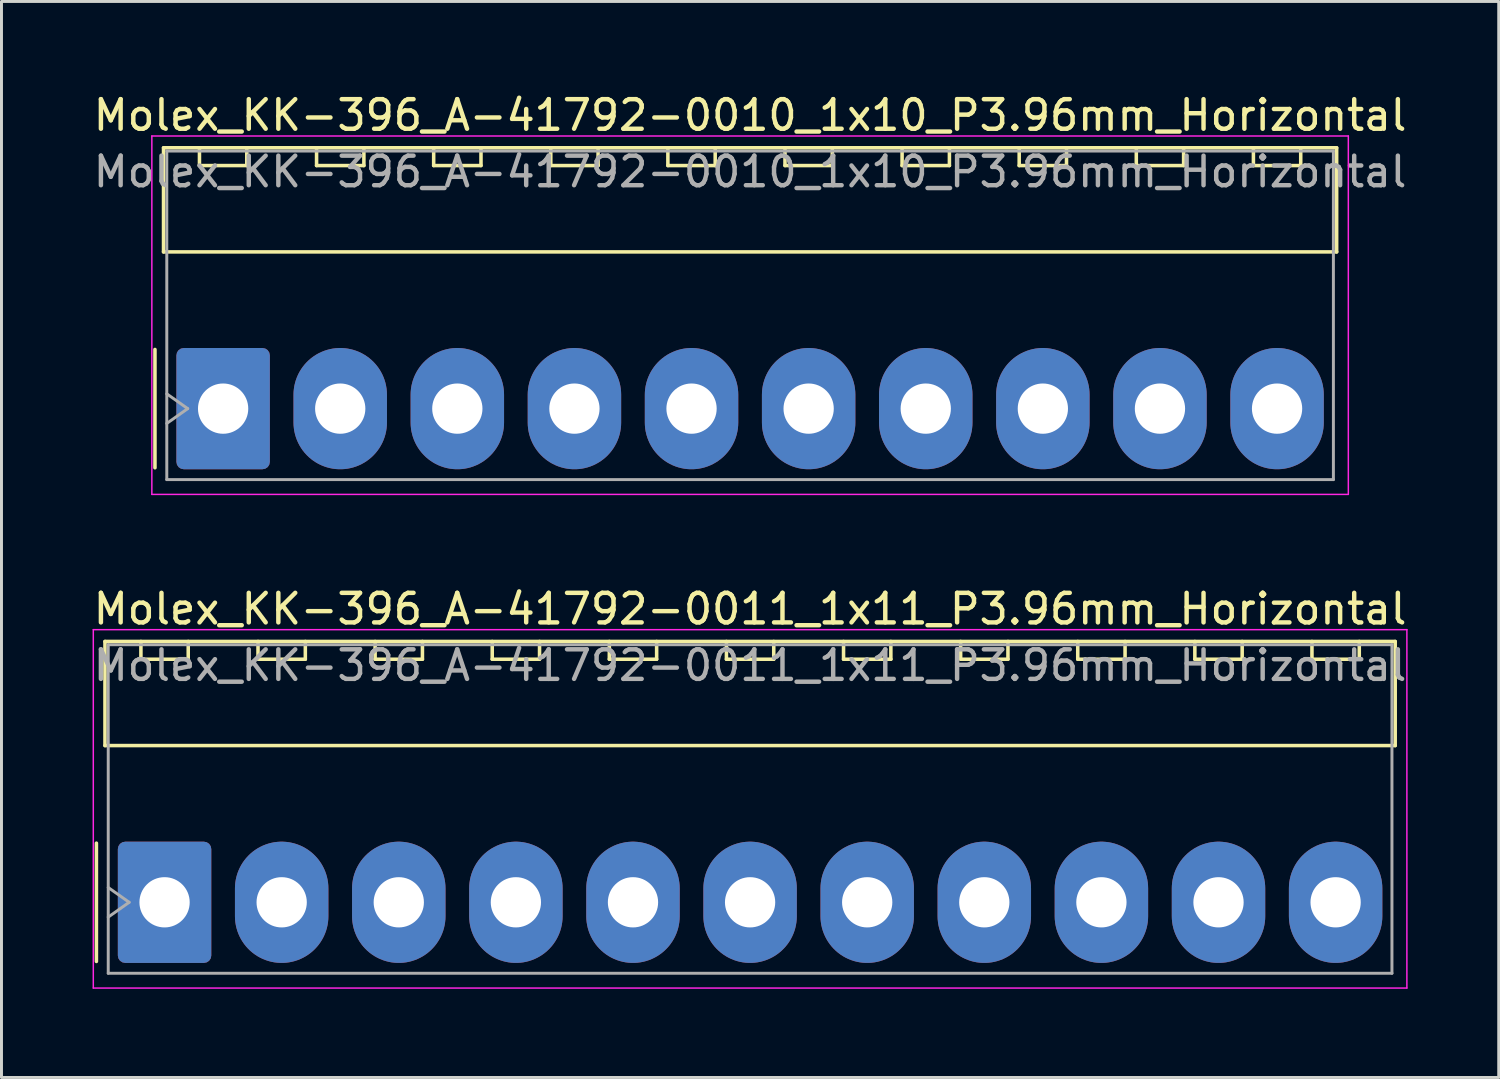
<source format=kicad_pcb>
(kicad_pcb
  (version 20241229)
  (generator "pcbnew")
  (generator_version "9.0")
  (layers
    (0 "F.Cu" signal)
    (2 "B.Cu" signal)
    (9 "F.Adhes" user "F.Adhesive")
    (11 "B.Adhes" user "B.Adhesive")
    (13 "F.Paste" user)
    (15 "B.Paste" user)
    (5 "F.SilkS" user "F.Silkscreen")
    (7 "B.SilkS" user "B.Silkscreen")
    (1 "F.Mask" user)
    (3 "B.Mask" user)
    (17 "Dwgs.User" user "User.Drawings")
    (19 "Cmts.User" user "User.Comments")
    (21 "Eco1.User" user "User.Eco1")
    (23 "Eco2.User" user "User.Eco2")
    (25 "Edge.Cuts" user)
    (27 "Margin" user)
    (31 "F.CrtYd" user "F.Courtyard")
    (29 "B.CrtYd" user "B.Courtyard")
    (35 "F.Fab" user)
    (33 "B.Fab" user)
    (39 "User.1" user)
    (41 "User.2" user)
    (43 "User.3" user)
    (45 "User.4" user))
  (footprint "Molex_KK-396_A-41792-0010_1x10_P3.96mm_Horizontal"
    (layer "F.Cu")
    (at 4.495 10.768)
    (property "Reference" "Molex_KK-396_A-41792-0010_1x10_P3.96mm_Horizontal" (at 17.82 -9.92 0) (layer "F.SilkS") (effects (font (size 1 1) (thickness 0.15))))
    (attr through_hole)
    (fp_line (start -2.305 -2) (end -2.305 2) (stroke (width 0.12) (type solid)) (layer "F.SilkS"))
    (fp_line (start -2.015 -8.82) (end 37.655 -8.82) (stroke (width 0.12) (type solid)) (layer "F.SilkS"))
    (fp_line (start -2.015 -5.3) (end -2.015 -8.82) (stroke (width 0.12) (type solid)) (layer "F.SilkS"))
    (fp_line (start -0.8 -8.82) (end -0.8 -8.22) (stroke (width 0.12) (type solid)) (layer "F.SilkS"))
    (fp_line (start -0.8 -8.22) (end 0.8 -8.22) (stroke (width 0.12) (type solid)) (layer "F.SilkS"))
    (fp_line (start 0.8 -8.22) (end 0.8 -8.82) (stroke (width 0.12) (type solid)) (layer "F.SilkS"))
    (fp_line (start 3.16 -8.82) (end 3.16 -8.22) (stroke (width 0.12) (type solid)) (layer "F.SilkS"))
    (fp_line (start 3.16 -8.22) (end 4.76 -8.22) (stroke (width 0.12) (type solid)) (layer "F.SilkS"))
    (fp_line (start 4.76 -8.22) (end 4.76 -8.82) (stroke (width 0.12) (type solid)) (layer "F.SilkS"))
    (fp_line (start 7.12 -8.82) (end 7.12 -8.22) (stroke (width 0.12) (type solid)) (layer "F.SilkS"))
    (fp_line (start 7.12 -8.22) (end 8.72 -8.22) (stroke (width 0.12) (type solid)) (layer "F.SilkS"))
    (fp_line (start 8.72 -8.22) (end 8.72 -8.82) (stroke (width 0.12) (type solid)) (layer "F.SilkS"))
    (fp_line (start 11.08 -8.82) (end 11.08 -8.22) (stroke (width 0.12) (type solid)) (layer "F.SilkS"))
    (fp_line (start 11.08 -8.22) (end 12.68 -8.22) (stroke (width 0.12) (type solid)) (layer "F.SilkS"))
    (fp_line (start 12.68 -8.22) (end 12.68 -8.82) (stroke (width 0.12) (type solid)) (layer "F.SilkS"))
    (fp_line (start 15.04 -8.82) (end 15.04 -8.22) (stroke (width 0.12) (type solid)) (layer "F.SilkS"))
    (fp_line (start 15.04 -8.22) (end 16.64 -8.22) (stroke (width 0.12) (type solid)) (layer "F.SilkS"))
    (fp_line (start 16.64 -8.22) (end 16.64 -8.82) (stroke (width 0.12) (type solid)) (layer "F.SilkS"))
    (fp_line (start 19 -8.82) (end 19 -8.22) (stroke (width 0.12) (type solid)) (layer "F.SilkS"))
    (fp_line (start 19 -8.22) (end 20.6 -8.22) (stroke (width 0.12) (type solid)) (layer "F.SilkS"))
    (fp_line (start 20.6 -8.22) (end 20.6 -8.82) (stroke (width 0.12) (type solid)) (layer "F.SilkS"))
    (fp_line (start 22.96 -8.82) (end 22.96 -8.22) (stroke (width 0.12) (type solid)) (layer "F.SilkS"))
    (fp_line (start 22.96 -8.22) (end 24.56 -8.22) (stroke (width 0.12) (type solid)) (layer "F.SilkS"))
    (fp_line (start 24.56 -8.22) (end 24.56 -8.82) (stroke (width 0.12) (type solid)) (layer "F.SilkS"))
    (fp_line (start 26.92 -8.82) (end 26.92 -8.22) (stroke (width 0.12) (type solid)) (layer "F.SilkS"))
    (fp_line (start 26.92 -8.22) (end 28.52 -8.22) (stroke (width 0.12) (type solid)) (layer "F.SilkS"))
    (fp_line (start 28.52 -8.22) (end 28.52 -8.82) (stroke (width 0.12) (type solid)) (layer "F.SilkS"))
    (fp_line (start 30.88 -8.82) (end 30.88 -8.22) (stroke (width 0.12) (type solid)) (layer "F.SilkS"))
    (fp_line (start 30.88 -8.22) (end 32.48 -8.22) (stroke (width 0.12) (type solid)) (layer "F.SilkS"))
    (fp_line (start 32.48 -8.22) (end 32.48 -8.82) (stroke (width 0.12) (type solid)) (layer "F.SilkS"))
    (fp_line (start 34.84 -8.82) (end 34.84 -8.22) (stroke (width 0.12) (type solid)) (layer "F.SilkS"))
    (fp_line (start 34.84 -8.22) (end 36.44 -8.22) (stroke (width 0.12) (type solid)) (layer "F.SilkS"))
    (fp_line (start 36.44 -8.22) (end 36.44 -8.82) (stroke (width 0.12) (type solid)) (layer "F.SilkS"))
    (fp_line (start 37.655 -8.82) (end 37.655 -5.3) (stroke (width 0.12) (type solid)) (layer "F.SilkS"))
    (fp_line (start 37.655 -5.3) (end -2.015 -5.3) (stroke (width 0.12) (type solid)) (layer "F.SilkS"))
    (fp_line (start -2.41 -9.22) (end -2.41 2.9) (stroke (width 0.05) (type solid)) (layer "F.CrtYd"))
    (fp_line (start -2.41 2.9) (end 38.05 2.9) (stroke (width 0.05) (type solid)) (layer "F.CrtYd"))
    (fp_line (start 38.05 -9.22) (end -2.41 -9.22) (stroke (width 0.05) (type solid)) (layer "F.CrtYd"))
    (fp_line (start 38.05 2.9) (end 38.05 -9.22) (stroke (width 0.05) (type solid)) (layer "F.CrtYd"))
    (fp_line (start -1.905 -8.71) (end 37.545 -8.71) (stroke (width 0.1) (type solid)) (layer "F.Fab"))
    (fp_line (start -1.905 -0.5) (end -1.198 0) (stroke (width 0.1) (type solid)) (layer "F.Fab"))
    (fp_line (start -1.905 2.4) (end -1.905 -8.71) (stroke (width 0.1) (type solid)) (layer "F.Fab"))
    (fp_line (start -1.198 0) (end -1.905 0.5) (stroke (width 0.1) (type solid)) (layer "F.Fab"))
    (fp_line (start 37.545 -8.71) (end 37.545 2.4) (stroke (width 0.1) (type solid)) (layer "F.Fab"))
    (fp_line (start 37.545 2.4) (end -1.905 2.4) (stroke (width 0.1) (type solid)) (layer "F.Fab"))
    (fp_text user "${REFERENCE}" (at 17.82 -8.01 0) (layer "F.Fab") (effects (font (size 1 1) (thickness 0.15))))
    (pad "1" thru_hole roundrect (at 0 0) (size 3.16 4.1) (drill 1.7) (layers "*.Cu" "*.Mask") (roundrect_rratio 0.079))
    (pad "2" thru_hole oval (at 3.96 0) (size 3.16 4.1) (drill 1.7) (layers "*.Cu" "*.Mask"))
    (pad "3" thru_hole oval (at 7.92 0) (size 3.16 4.1) (drill 1.7) (layers "*.Cu" "*.Mask"))
    (pad "4" thru_hole oval (at 11.88 0) (size 3.16 4.1) (drill 1.7) (layers "*.Cu" "*.Mask"))
    (pad "5" thru_hole oval (at 15.84 0) (size 3.16 4.1) (drill 1.7) (layers "*.Cu" "*.Mask"))
    (pad "6" thru_hole oval (at 19.8 0) (size 3.16 4.1) (drill 1.7) (layers "*.Cu" "*.Mask"))
    (pad "7" thru_hole oval (at 23.76 0) (size 3.16 4.1) (drill 1.7) (layers "*.Cu" "*.Mask"))
    (pad "8" thru_hole oval (at 27.72 0) (size 3.16 4.1) (drill 1.7) (layers "*.Cu" "*.Mask"))
    (pad "9" thru_hole oval (at 31.68 0) (size 3.16 4.1) (drill 1.7) (layers "*.Cu" "*.Mask"))
    (pad "10" thru_hole oval (at 35.64 0) (size 3.16 4.1) (drill 1.7) (layers "*.Cu" "*.Mask")))
  (footprint "Molex_KK-396_A-41792-0011_1x11_P3.96mm_Horizontal"
    (layer "F.Cu")
    (at 2.515 27.462)
    (property "Reference" "Molex_KK-396_A-41792-0011_1x11_P3.96mm_Horizontal" (at 19.8 -9.92 0) (layer "F.SilkS") (effects (font (size 1 1) (thickness 0.15))))
    (attr through_hole)
    (fp_line (start -2.305 -2) (end -2.305 2) (stroke (width 0.12) (type solid)) (layer "F.SilkS"))
    (fp_line (start -2.015 -8.82) (end 41.615 -8.82) (stroke (width 0.12) (type solid)) (layer "F.SilkS"))
    (fp_line (start -2.015 -5.3) (end -2.015 -8.82) (stroke (width 0.12) (type solid)) (layer "F.SilkS"))
    (fp_line (start -0.8 -8.82) (end -0.8 -8.22) (stroke (width 0.12) (type solid)) (layer "F.SilkS"))
    (fp_line (start -0.8 -8.22) (end 0.8 -8.22) (stroke (width 0.12) (type solid)) (layer "F.SilkS"))
    (fp_line (start 0.8 -8.22) (end 0.8 -8.82) (stroke (width 0.12) (type solid)) (layer "F.SilkS"))
    (fp_line (start 3.16 -8.82) (end 3.16 -8.22) (stroke (width 0.12) (type solid)) (layer "F.SilkS"))
    (fp_line (start 3.16 -8.22) (end 4.76 -8.22) (stroke (width 0.12) (type solid)) (layer "F.SilkS"))
    (fp_line (start 4.76 -8.22) (end 4.76 -8.82) (stroke (width 0.12) (type solid)) (layer "F.SilkS"))
    (fp_line (start 7.12 -8.82) (end 7.12 -8.22) (stroke (width 0.12) (type solid)) (layer "F.SilkS"))
    (fp_line (start 7.12 -8.22) (end 8.72 -8.22) (stroke (width 0.12) (type solid)) (layer "F.SilkS"))
    (fp_line (start 8.72 -8.22) (end 8.72 -8.82) (stroke (width 0.12) (type solid)) (layer "F.SilkS"))
    (fp_line (start 11.08 -8.82) (end 11.08 -8.22) (stroke (width 0.12) (type solid)) (layer "F.SilkS"))
    (fp_line (start 11.08 -8.22) (end 12.68 -8.22) (stroke (width 0.12) (type solid)) (layer "F.SilkS"))
    (fp_line (start 12.68 -8.22) (end 12.68 -8.82) (stroke (width 0.12) (type solid)) (layer "F.SilkS"))
    (fp_line (start 15.04 -8.82) (end 15.04 -8.22) (stroke (width 0.12) (type solid)) (layer "F.SilkS"))
    (fp_line (start 15.04 -8.22) (end 16.64 -8.22) (stroke (width 0.12) (type solid)) (layer "F.SilkS"))
    (fp_line (start 16.64 -8.22) (end 16.64 -8.82) (stroke (width 0.12) (type solid)) (layer "F.SilkS"))
    (fp_line (start 19 -8.82) (end 19 -8.22) (stroke (width 0.12) (type solid)) (layer "F.SilkS"))
    (fp_line (start 19 -8.22) (end 20.6 -8.22) (stroke (width 0.12) (type solid)) (layer "F.SilkS"))
    (fp_line (start 20.6 -8.22) (end 20.6 -8.82) (stroke (width 0.12) (type solid)) (layer "F.SilkS"))
    (fp_line (start 22.96 -8.82) (end 22.96 -8.22) (stroke (width 0.12) (type solid)) (layer "F.SilkS"))
    (fp_line (start 22.96 -8.22) (end 24.56 -8.22) (stroke (width 0.12) (type solid)) (layer "F.SilkS"))
    (fp_line (start 24.56 -8.22) (end 24.56 -8.82) (stroke (width 0.12) (type solid)) (layer "F.SilkS"))
    (fp_line (start 26.92 -8.82) (end 26.92 -8.22) (stroke (width 0.12) (type solid)) (layer "F.SilkS"))
    (fp_line (start 26.92 -8.22) (end 28.52 -8.22) (stroke (width 0.12) (type solid)) (layer "F.SilkS"))
    (fp_line (start 28.52 -8.22) (end 28.52 -8.82) (stroke (width 0.12) (type solid)) (layer "F.SilkS"))
    (fp_line (start 30.88 -8.82) (end 30.88 -8.22) (stroke (width 0.12) (type solid)) (layer "F.SilkS"))
    (fp_line (start 30.88 -8.22) (end 32.48 -8.22) (stroke (width 0.12) (type solid)) (layer "F.SilkS"))
    (fp_line (start 32.48 -8.22) (end 32.48 -8.82) (stroke (width 0.12) (type solid)) (layer "F.SilkS"))
    (fp_line (start 34.84 -8.82) (end 34.84 -8.22) (stroke (width 0.12) (type solid)) (layer "F.SilkS"))
    (fp_line (start 34.84 -8.22) (end 36.44 -8.22) (stroke (width 0.12) (type solid)) (layer "F.SilkS"))
    (fp_line (start 36.44 -8.22) (end 36.44 -8.82) (stroke (width 0.12) (type solid)) (layer "F.SilkS"))
    (fp_line (start 38.8 -8.82) (end 38.8 -8.22) (stroke (width 0.12) (type solid)) (layer "F.SilkS"))
    (fp_line (start 38.8 -8.22) (end 40.4 -8.22) (stroke (width 0.12) (type solid)) (layer "F.SilkS"))
    (fp_line (start 40.4 -8.22) (end 40.4 -8.82) (stroke (width 0.12) (type solid)) (layer "F.SilkS"))
    (fp_line (start 41.615 -8.82) (end 41.615 -5.3) (stroke (width 0.12) (type solid)) (layer "F.SilkS"))
    (fp_line (start 41.615 -5.3) (end -2.015 -5.3) (stroke (width 0.12) (type solid)) (layer "F.SilkS"))
    (fp_line (start -2.41 -9.22) (end -2.41 2.9) (stroke (width 0.05) (type solid)) (layer "F.CrtYd"))
    (fp_line (start -2.41 2.9) (end 42.01 2.9) (stroke (width 0.05) (type solid)) (layer "F.CrtYd"))
    (fp_line (start 42.01 -9.22) (end -2.41 -9.22) (stroke (width 0.05) (type solid)) (layer "F.CrtYd"))
    (fp_line (start 42.01 2.9) (end 42.01 -9.22) (stroke (width 0.05) (type solid)) (layer "F.CrtYd"))
    (fp_line (start -1.905 -8.71) (end 41.505 -8.71) (stroke (width 0.1) (type solid)) (layer "F.Fab"))
    (fp_line (start -1.905 -0.5) (end -1.198 0) (stroke (width 0.1) (type solid)) (layer "F.Fab"))
    (fp_line (start -1.905 2.4) (end -1.905 -8.71) (stroke (width 0.1) (type solid)) (layer "F.Fab"))
    (fp_line (start -1.198 0) (end -1.905 0.5) (stroke (width 0.1) (type solid)) (layer "F.Fab"))
    (fp_line (start 41.505 -8.71) (end 41.505 2.4) (stroke (width 0.1) (type solid)) (layer "F.Fab"))
    (fp_line (start 41.505 2.4) (end -1.905 2.4) (stroke (width 0.1) (type solid)) (layer "F.Fab"))
    (fp_text user "${REFERENCE}" (at 19.8 -8.01 0) (layer "F.Fab") (effects (font (size 1 1) (thickness 0.15))))
    (pad "1" thru_hole roundrect (at 0 0) (size 3.16 4.1) (drill 1.7) (layers "*.Cu" "*.Mask") (roundrect_rratio 0.079))
    (pad "2" thru_hole oval (at 3.96 0) (size 3.16 4.1) (drill 1.7) (layers "*.Cu" "*.Mask"))
    (pad "3" thru_hole oval (at 7.92 0) (size 3.16 4.1) (drill 1.7) (layers "*.Cu" "*.Mask"))
    (pad "4" thru_hole oval (at 11.88 0) (size 3.16 4.1) (drill 1.7) (layers "*.Cu" "*.Mask"))
    (pad "5" thru_hole oval (at 15.84 0) (size 3.16 4.1) (drill 1.7) (layers "*.Cu" "*.Mask"))
    (pad "6" thru_hole oval (at 19.8 0) (size 3.16 4.1) (drill 1.7) (layers "*.Cu" "*.Mask"))
    (pad "7" thru_hole oval (at 23.76 0) (size 3.16 4.1) (drill 1.7) (layers "*.Cu" "*.Mask"))
    (pad "8" thru_hole oval (at 27.72 0) (size 3.16 4.1) (drill 1.7) (layers "*.Cu" "*.Mask"))
    (pad "9" thru_hole oval (at 31.68 0) (size 3.16 4.1) (drill 1.7) (layers "*.Cu" "*.Mask"))
    (pad "10" thru_hole oval (at 35.64 0) (size 3.16 4.1) (drill 1.7) (layers "*.Cu" "*.Mask"))
    (pad "11" thru_hole oval (at 39.6 0) (size 3.16 4.1) (drill 1.7) (layers "*.Cu" "*.Mask")))
  (gr_rect
    (start -3 -3)
    (end 47.631 33.386)
    (stroke (width 0.1) (type default))
    (fill no)
    (layer "Edge.Cuts")))
</source>
